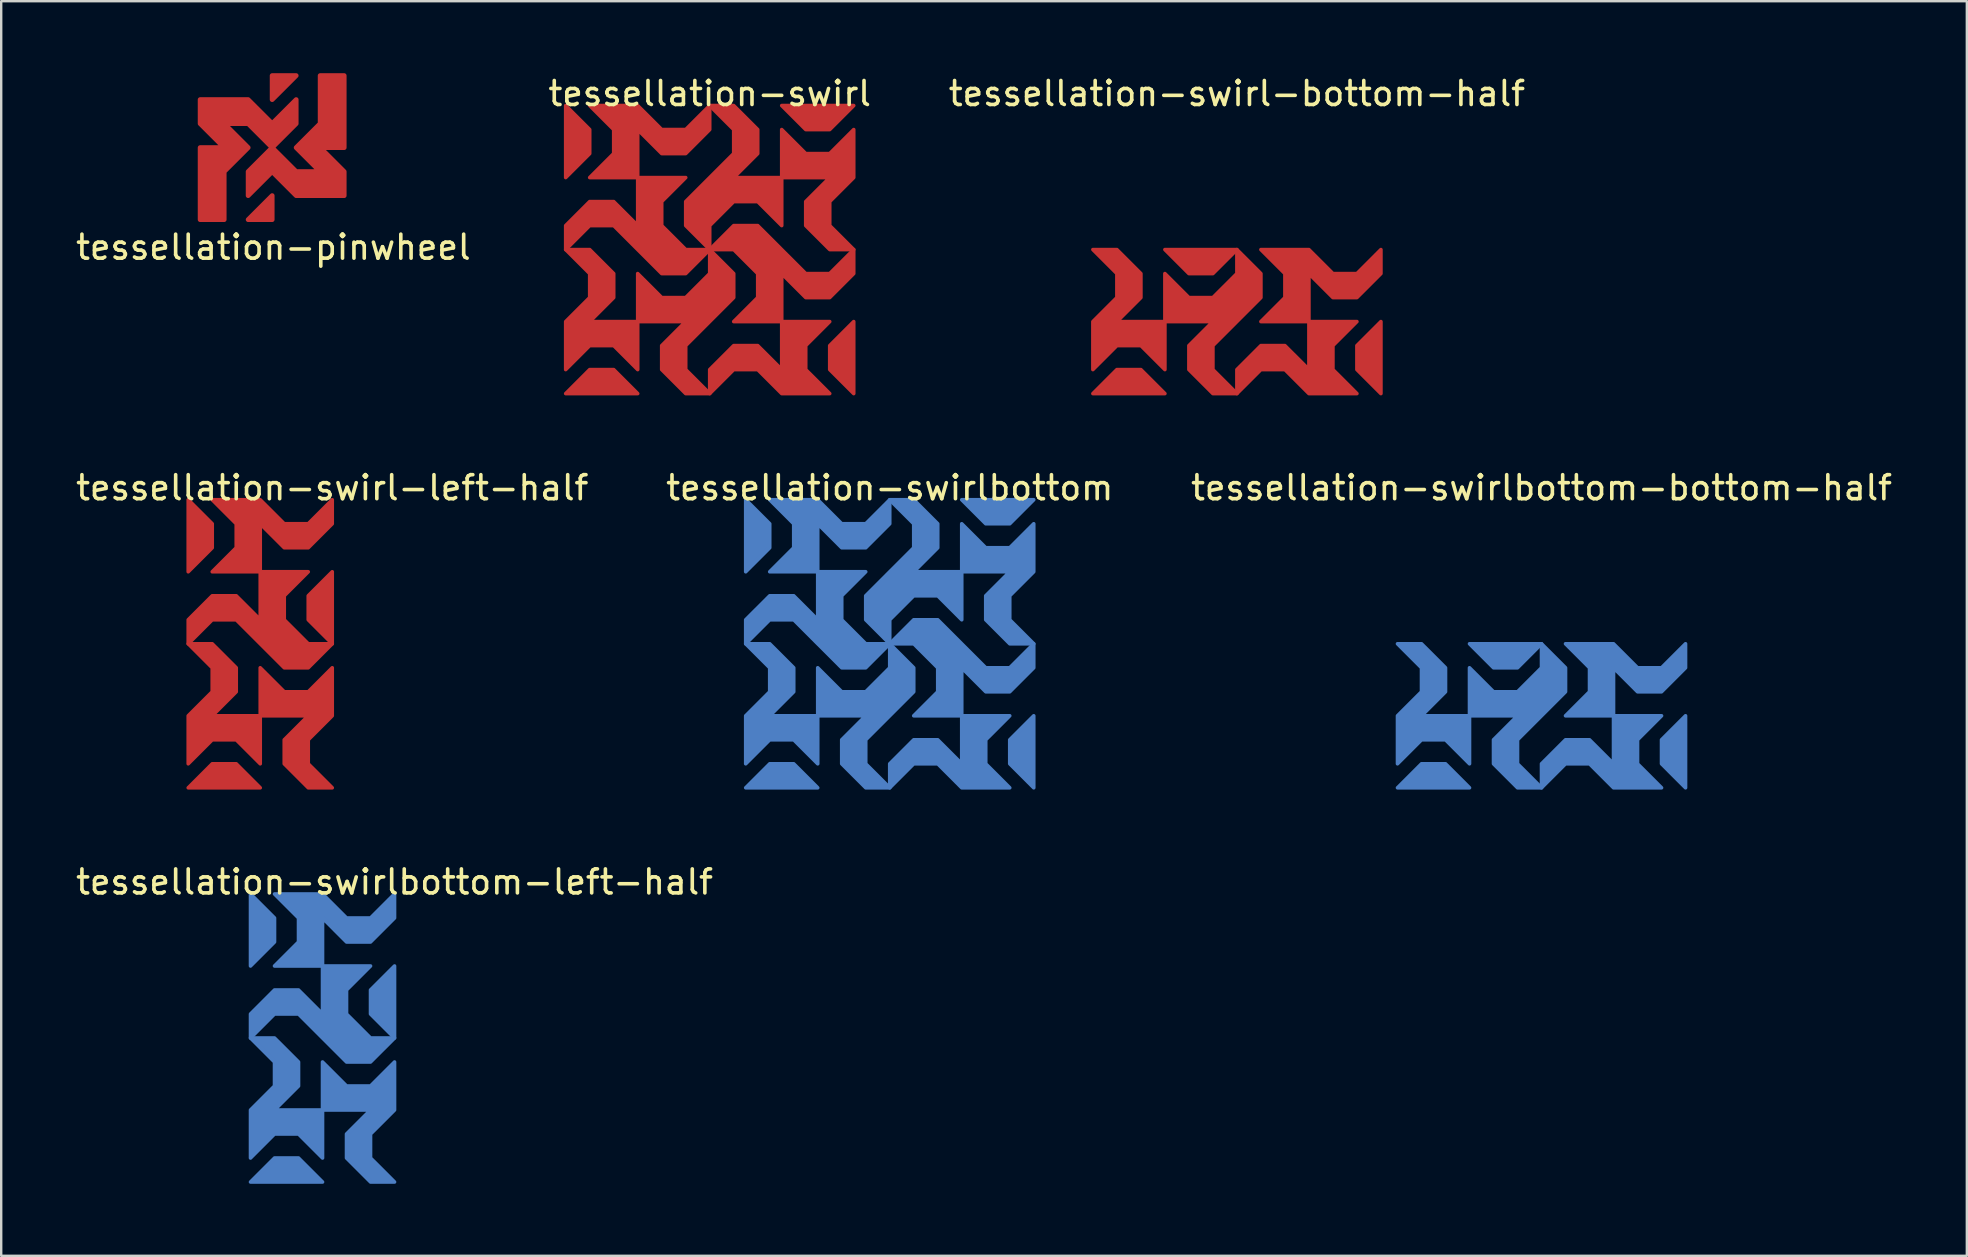
<source format=kicad_pcb>
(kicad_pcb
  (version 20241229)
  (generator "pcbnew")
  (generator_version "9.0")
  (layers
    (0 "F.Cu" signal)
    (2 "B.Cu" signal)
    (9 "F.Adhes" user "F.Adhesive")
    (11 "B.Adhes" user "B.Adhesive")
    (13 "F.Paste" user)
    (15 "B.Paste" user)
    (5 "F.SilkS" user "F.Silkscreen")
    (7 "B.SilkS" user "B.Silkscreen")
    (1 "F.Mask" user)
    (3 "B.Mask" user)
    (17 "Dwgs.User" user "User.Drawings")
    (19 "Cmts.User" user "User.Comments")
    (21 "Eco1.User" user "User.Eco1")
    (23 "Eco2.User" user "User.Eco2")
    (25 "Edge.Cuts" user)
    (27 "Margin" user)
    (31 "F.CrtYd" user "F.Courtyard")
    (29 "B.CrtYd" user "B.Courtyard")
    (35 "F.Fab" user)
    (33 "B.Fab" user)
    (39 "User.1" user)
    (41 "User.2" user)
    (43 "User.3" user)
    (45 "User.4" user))
  (footprint "tessellation-swirlbottom-left-half"
    (layer "F.Cu")
    (at 13.387 40.195)
    (property "Reference" "tessellation-swirlbottom-left-half" (at 0 -6.5 0) (layer "F.SilkS") (effects (font (size 1 1) (thickness 0.15))))
    (attr through_hole)
    (fp_poly (pts (xy -6 -6) (xy -5 -5) (xy -5 -4) (xy -6 -3)) (stroke (width 0.15) (type solid)) (fill yes) (layer "B.Cu"))
    (fp_poly (pts (xy -3 6) (xy -4 5) (xy -5 5) (xy -6 6)) (stroke (width 0.15) (type solid)) (fill yes) (layer "B.Cu"))
    (fp_poly (pts (xy 0 0) (xy -1 -1) (xy -1 -2) (xy 0 -3)) (stroke (width 0.15) (type solid)) (fill yes) (layer "B.Cu"))
    (fp_poly (pts (xy -5 -6) (xy -3 -6) (xy -2 -5) (xy -1 -5) (xy 0 -6) (xy 0 -5) (xy -1 -4) (xy -2 -4) (xy -3 -5) (xy -3 -3) (xy -5 -3) (xy -4 -4) (xy -4 -5)) (stroke (width 0.15) (type solid)) (fill yes) (layer "B.Cu"))
    (fp_poly (pts (xy -3 1) (xy -2 2) (xy -1 2) (xy 0 1) (xy 0 3) (xy -1 4) (xy -1 5) (xy 0 6) (xy -1 6) (xy -2 5) (xy -2 4) (xy -1 3) (xy -3 3)) (stroke (width 0.15) (type solid)) (fill yes) (layer "B.Cu"))
    (fp_poly (pts (xy -3 5) (xy -3 3) (xy -5 3) (xy -4 2) (xy -4 1) (xy -5 0) (xy -6 0) (xy -5 1) (xy -5 2) (xy -6 3) (xy -6 5) (xy -5 4) (xy -4 4)) (stroke (width 0.15) (type solid)) (fill yes) (layer "B.Cu"))
    (fp_poly (pts (xy -3 -3) (xy -1 -3) (xy -2 -2) (xy -2 -1) (xy -1 0) (xy 0 0) (xy -1 1) (xy -2 1) (xy -3 0) (xy -4 -1) (xy -5 -1) (xy -6 0) (xy -6 -1) (xy -5 -2) (xy -4 -2) (xy -3 -1)) (stroke (width 0.15) (type solid)) (fill yes) (layer "B.Cu")))
  (footprint "tessellation-swirlbottom-bottom-half"
    (layer "F.Cu")
    (at 61.173 23.771)
    (property "Reference" "tessellation-swirlbottom-bottom-half" (at 0 -6.5 0) (layer "F.SilkS") (effects (font (size 1 1) (thickness 0.15))))
    (attr through_hole)
    (fp_poly (pts (xy -3 6) (xy -4 5) (xy -5 5) (xy -6 6)) (stroke (width 0.15) (type solid)) (fill yes) (layer "B.Cu"))
    (fp_poly (pts (xy 0 0) (xy -1 1) (xy -2 1) (xy -3 0)) (stroke (width 0.15) (type solid)) (fill yes) (layer "B.Cu"))
    (fp_poly (pts (xy 6 3) (xy 5 4) (xy 5 5) (xy 6 6)) (stroke (width 0.15) (type solid)) (fill yes) (layer "B.Cu"))
    (fp_poly (pts (xy -3 5) (xy -3 3) (xy -5 3) (xy -4 2) (xy -4 1) (xy -5 0) (xy -6 0) (xy -5 1) (xy -5 2) (xy -6 3) (xy -6 5) (xy -5 4) (xy -4 4)) (stroke (width 0.15) (type solid)) (fill yes) (layer "B.Cu"))
    (fp_poly (pts (xy 5 3) (xy 3 3) (xy 3 5) (xy 2 4) (xy 1 4) (xy 0 5) (xy 0 6) (xy 1 5) (xy 2 5) (xy 3 6) (xy 5 6) (xy 4 5) (xy 4 4)) (stroke (width 0.15) (type solid)) (fill yes) (layer "B.Cu"))
    (fp_poly (pts (xy 6 0) (xy 5 1) (xy 4 1) (xy 3 0) (xy 1 0) (xy 2 1) (xy 2 2) (xy 1 3) (xy 3 3) (xy 3 1) (xy 4 2) (xy 5 2) (xy 6 1)) (stroke (width 0.15) (type solid)) (fill yes) (layer "B.Cu"))
    (fp_poly (pts (xy 0 6) (xy -1 5) (xy -1 4) (xy 1 2) (xy 1 1) (xy 0 0) (xy 0 1) (xy -1 2) (xy -2 2) (xy -3 1) (xy -3 3) (xy -1 3) (xy -2 4) (xy -2 5) (xy -1 6)) (stroke (width 0.15) (type solid)) (fill yes) (layer "B.Cu")))
  (footprint "tessellation-swirlbottom"
    (layer "F.Cu")
    (at 34.018 23.771)
    (property "Reference" "tessellation-swirlbottom" (at 0 -6.5 0) (layer "F.SilkS") (effects (font (size 1 1) (thickness 0.15))))
    (attr through_hole)
    (fp_poly (pts (xy -6 -6) (xy -5 -5) (xy -5 -4) (xy -6 -3)) (stroke (width 0.15) (type solid)) (fill yes) (layer "B.Cu"))
    (fp_poly (pts (xy -3 6) (xy -4 5) (xy -5 5) (xy -6 6)) (stroke (width 0.15) (type solid)) (fill yes) (layer "B.Cu"))
    (fp_poly (pts (xy 3 -6) (xy 6 -6) (xy 5 -5) (xy 4 -5)) (stroke (width 0.15) (type solid)) (fill yes) (layer "B.Cu"))
    (fp_poly (pts (xy 6 3) (xy 5 4) (xy 5 5) (xy 6 6)) (stroke (width 0.15) (type solid)) (fill yes) (layer "B.Cu"))
    (fp_poly (pts (xy -5 -6) (xy -3 -6) (xy -2 -5) (xy -1 -5) (xy 0 -6) (xy 0 -5) (xy -1 -4) (xy -2 -4) (xy -3 -5) (xy -3 -3) (xy -5 -3) (xy -4 -4) (xy -4 -5)) (stroke (width 0.15) (type solid)) (fill yes) (layer "B.Cu"))
    (fp_poly (pts (xy -3 5) (xy -3 3) (xy -5 3) (xy -4 2) (xy -4 1) (xy -5 0) (xy -6 0) (xy -5 1) (xy -5 2) (xy -6 3) (xy -6 5) (xy -5 4) (xy -4 4)) (stroke (width 0.15) (type solid)) (fill yes) (layer "B.Cu"))
    (fp_poly (pts (xy 3 -5) (xy 4 -4) (xy 5 -4) (xy 6 -5) (xy 6 -3) (xy 5 -2) (xy 5 -1) (xy 6 0) (xy 5 0) (xy 4 -1) (xy 4 -2) (xy 5 -3) (xy 3 -3)) (stroke (width 0.15) (type solid)) (fill yes) (layer "B.Cu"))
    (fp_poly (pts (xy 5 3) (xy 3 3) (xy 3 5) (xy 2 4) (xy 1 4) (xy 0 5) (xy 0 6) (xy 1 5) (xy 2 5) (xy 3 6) (xy 5 6) (xy 4 5) (xy 4 4)) (stroke (width 0.15) (type solid)) (fill yes) (layer "B.Cu"))
    (fp_poly (pts (xy 0 0) (xy 0 -1) (xy 1 -2) (xy 2 -2) (xy 3 -1) (xy 3 -3) (xy 1 -3) (xy 2 -4) (xy 2 -5) (xy 1 -6) (xy 0 -6) (xy 1 -5) (xy 1 -4) (xy -1 -2) (xy -1 -1)) (stroke (width 0.15) (type solid)) (fill yes) (layer "B.Cu"))
    (fp_poly (pts (xy 0 6) (xy -1 5) (xy -1 4) (xy 1 2) (xy 1 1) (xy 0 0) (xy 0 1) (xy -1 2) (xy -2 2) (xy -3 1) (xy -3 3) (xy -1 3) (xy -2 4) (xy -2 5) (xy -1 6)) (stroke (width 0.15) (type solid)) (fill yes) (layer "B.Cu"))
    (fp_poly (pts (xy 6 0) (xy 5 1) (xy 4 1) (xy 2 -1) (xy 1 -1) (xy 0 0) (xy 1 0) (xy 2 1) (xy 2 2) (xy 1 3) (xy 3 3) (xy 3 1) (xy 4 2) (xy 5 2) (xy 6 1)) (stroke (width 0.15) (type solid)) (fill yes) (layer "B.Cu"))
    (fp_poly (pts (xy -3 -3) (xy -1 -3) (xy -2 -2) (xy -2 -1) (xy -1 0) (xy 0 0) (xy -1 1) (xy -2 1) (xy -3 0) (xy -4 -1) (xy -5 -1) (xy -6 0) (xy -6 -1) (xy -5 -2) (xy -4 -2) (xy -3 -1)) (stroke (width 0.15) (type solid)) (fill yes) (layer "B.Cu")))
  (footprint "tessellation-swirl-bottom-half"
    (layer "F.Cu")
    (at 48.482 7.348)
    (property "Reference" "tessellation-swirl-bottom-half" (at 0 -6.5 0) (layer "F.SilkS") (effects (font (size 1 1) (thickness 0.15))))
    (attr through_hole)
    (fp_poly (pts (xy -3 6) (xy -4 5) (xy -5 5) (xy -6 6)) (stroke (width 0.15) (type solid)) (fill yes) (layer "F.Cu"))
    (fp_poly (pts (xy 0 0) (xy -1 1) (xy -2 1) (xy -3 0)) (stroke (width 0.15) (type solid)) (fill yes) (layer "F.Cu"))
    (fp_poly (pts (xy 6 3) (xy 5 4) (xy 5 5) (xy 6 6)) (stroke (width 0.15) (type solid)) (fill yes) (layer "F.Cu"))
    (fp_poly (pts (xy -3 5) (xy -3 3) (xy -5 3) (xy -4 2) (xy -4 1) (xy -5 0) (xy -6 0) (xy -5 1) (xy -5 2) (xy -6 3) (xy -6 5) (xy -5 4) (xy -4 4)) (stroke (width 0.15) (type solid)) (fill yes) (layer "F.Cu"))
    (fp_poly (pts (xy 5 3) (xy 3 3) (xy 3 5) (xy 2 4) (xy 1 4) (xy 0 5) (xy 0 6) (xy 1 5) (xy 2 5) (xy 3 6) (xy 5 6) (xy 4 5) (xy 4 4)) (stroke (width 0.15) (type solid)) (fill yes) (layer "F.Cu"))
    (fp_poly (pts (xy 6 0) (xy 5 1) (xy 4 1) (xy 3 0) (xy 1 0) (xy 2 1) (xy 2 2) (xy 1 3) (xy 3 3) (xy 3 1) (xy 4 2) (xy 5 2) (xy 6 1)) (stroke (width 0.15) (type solid)) (fill yes) (layer "F.Cu"))
    (fp_poly (pts (xy 0 6) (xy -1 5) (xy -1 4) (xy 1 2) (xy 1 1) (xy 0 0) (xy 0 1) (xy -1 2) (xy -2 2) (xy -3 1) (xy -3 3) (xy -1 3) (xy -2 4) (xy -2 5) (xy -1 6)) (stroke (width 0.15) (type solid)) (fill yes) (layer "F.Cu")))
  (footprint "tessellation-swirl-left-half"
    (layer "F.Cu")
    (at 10.792 23.771)
    (property "Reference" "tessellation-swirl-left-half" (at 0 -6.5 0) (layer "F.SilkS") (effects (font (size 1 1) (thickness 0.15))))
    (attr through_hole)
    (fp_poly (pts (xy -6 -6) (xy -5 -5) (xy -5 -4) (xy -6 -3)) (stroke (width 0.15) (type solid)) (fill yes) (layer "F.Cu"))
    (fp_poly (pts (xy -3 6) (xy -4 5) (xy -5 5) (xy -6 6)) (stroke (width 0.15) (type solid)) (fill yes) (layer "F.Cu"))
    (fp_poly (pts (xy 0 0) (xy -1 -1) (xy -1 -2) (xy 0 -3)) (stroke (width 0.15) (type solid)) (fill yes) (layer "F.Cu"))
    (fp_poly (pts (xy -5 -6) (xy -3 -6) (xy -2 -5) (xy -1 -5) (xy 0 -6) (xy 0 -5) (xy -1 -4) (xy -2 -4) (xy -3 -5) (xy -3 -3) (xy -5 -3) (xy -4 -4) (xy -4 -5)) (stroke (width 0.15) (type solid)) (fill yes) (layer "F.Cu"))
    (fp_poly (pts (xy -3 1) (xy -2 2) (xy -1 2) (xy 0 1) (xy 0 3) (xy -1 4) (xy -1 5) (xy 0 6) (xy -1 6) (xy -2 5) (xy -2 4) (xy -1 3) (xy -3 3)) (stroke (width 0.15) (type solid)) (fill yes) (layer "F.Cu"))
    (fp_poly (pts (xy -3 5) (xy -3 3) (xy -5 3) (xy -4 2) (xy -4 1) (xy -5 0) (xy -6 0) (xy -5 1) (xy -5 2) (xy -6 3) (xy -6 5) (xy -5 4) (xy -4 4)) (stroke (width 0.15) (type solid)) (fill yes) (layer "F.Cu"))
    (fp_poly (pts (xy -3 -3) (xy -1 -3) (xy -2 -2) (xy -2 -1) (xy -1 0) (xy 0 0) (xy -1 1) (xy -2 1) (xy -3 0) (xy -4 -1) (xy -5 -1) (xy -6 0) (xy -6 -1) (xy -5 -2) (xy -4 -2) (xy -3 -1)) (stroke (width 0.15) (type solid)) (fill yes) (layer "F.Cu")))
  (footprint "tessellation-pinwheel"
    (layer "F.Cu")
    (at 5.289 6.1)
    (property "Reference" "tessellation-pinwheel" (at 3.05 1.15 0) (layer "F.SilkS") (effects (font (size 1 1) (thickness 0.15))))
    (attr through_hole)
    (fp_poly (pts (xy 3 -5) (xy 3 -6) (xy 4 -6)) (stroke (width 0.2) (type solid)) (fill yes) (layer "F.Cu"))
    (fp_poly (pts (xy 3 -1) (xy 3 0) (xy 2 0)) (stroke (width 0.2) (type solid)) (fill yes) (layer "F.Cu"))
    (fp_poly (pts (xy 1 0) (xy 0 0) (xy 0 -3) (xy 1 -3) (xy 0 -4) (xy 0 -5) (xy 2 -5) (xy 3 -4) (xy 4 -5) (xy 4 -4) (xy 3 -3) (xy 2 -4) (xy 1 -4) (xy 2 -3) (xy 1 -2)) (stroke (width 0.2) (type solid)) (fill yes) (layer "F.Cu"))
    (fp_poly (pts (xy 5 -6) (xy 6 -6) (xy 6 -3) (xy 5 -3) (xy 6 -2) (xy 6 -1) (xy 4 -1) (xy 3 -2) (xy 2 -1) (xy 2 -2) (xy 3 -3) (xy 4 -2) (xy 5 -2) (xy 4 -3) (xy 5 -4)) (stroke (width 0.2) (type solid)) (fill yes) (layer "F.Cu")))
  (footprint "tessellation-swirl"
    (layer "F.Cu")
    (at 26.518 7.348)
    (property "Reference" "tessellation-swirl" (at 0 -6.5 0) (layer "F.SilkS") (effects (font (size 1 1) (thickness 0.15))))
    (attr through_hole)
    (fp_poly (pts (xy -6 -6) (xy -5 -5) (xy -5 -4) (xy -6 -3)) (stroke (width 0.15) (type solid)) (fill yes) (layer "F.Cu"))
    (fp_poly (pts (xy -3 6) (xy -4 5) (xy -5 5) (xy -6 6)) (stroke (width 0.15) (type solid)) (fill yes) (layer "F.Cu"))
    (fp_poly (pts (xy 3 -6) (xy 6 -6) (xy 5 -5) (xy 4 -5)) (stroke (width 0.15) (type solid)) (fill yes) (layer "F.Cu"))
    (fp_poly (pts (xy 6 3) (xy 5 4) (xy 5 5) (xy 6 6)) (stroke (width 0.15) (type solid)) (fill yes) (layer "F.Cu"))
    (fp_poly (pts (xy -5 -6) (xy -3 -6) (xy -2 -5) (xy -1 -5) (xy 0 -6) (xy 0 -5) (xy -1 -4) (xy -2 -4) (xy -3 -5) (xy -3 -3) (xy -5 -3) (xy -4 -4) (xy -4 -5)) (stroke (width 0.15) (type solid)) (fill yes) (layer "F.Cu"))
    (fp_poly (pts (xy -3 5) (xy -3 3) (xy -5 3) (xy -4 2) (xy -4 1) (xy -5 0) (xy -6 0) (xy -5 1) (xy -5 2) (xy -6 3) (xy -6 5) (xy -5 4) (xy -4 4)) (stroke (width 0.15) (type solid)) (fill yes) (layer "F.Cu"))
    (fp_poly (pts (xy 3 -5) (xy 4 -4) (xy 5 -4) (xy 6 -5) (xy 6 -3) (xy 5 -2) (xy 5 -1) (xy 6 0) (xy 5 0) (xy 4 -1) (xy 4 -2) (xy 5 -3) (xy 3 -3)) (stroke (width 0.15) (type solid)) (fill yes) (layer "F.Cu"))
    (fp_poly (pts (xy 5 3) (xy 3 3) (xy 3 5) (xy 2 4) (xy 1 4) (xy 0 5) (xy 0 6) (xy 1 5) (xy 2 5) (xy 3 6) (xy 5 6) (xy 4 5) (xy 4 4)) (stroke (width 0.15) (type solid)) (fill yes) (layer "F.Cu"))
    (fp_poly (pts (xy 0 0) (xy 0 -1) (xy 1 -2) (xy 2 -2) (xy 3 -1) (xy 3 -3) (xy 1 -3) (xy 2 -4) (xy 2 -5) (xy 1 -6) (xy 0 -6) (xy 1 -5) (xy 1 -4) (xy -1 -2) (xy -1 -1)) (stroke (width 0.15) (type solid)) (fill yes) (layer "F.Cu"))
    (fp_poly (pts (xy 0 6) (xy -1 5) (xy -1 4) (xy 1 2) (xy 1 1) (xy 0 0) (xy 0 1) (xy -1 2) (xy -2 2) (xy -3 1) (xy -3 3) (xy -1 3) (xy -2 4) (xy -2 5) (xy -1 6)) (stroke (width 0.15) (type solid)) (fill yes) (layer "F.Cu"))
    (fp_poly (pts (xy 6 0) (xy 5 1) (xy 4 1) (xy 2 -1) (xy 1 -1) (xy 0 0) (xy 1 0) (xy 2 1) (xy 2 2) (xy 1 3) (xy 3 3) (xy 3 1) (xy 4 2) (xy 5 2) (xy 6 1)) (stroke (width 0.15) (type solid)) (fill yes) (layer "F.Cu"))
    (fp_poly (pts (xy -3 -3) (xy -1 -3) (xy -2 -2) (xy -2 -1) (xy -1 0) (xy 0 0) (xy -1 1) (xy -2 1) (xy -3 0) (xy -4 -1) (xy -5 -1) (xy -6 0) (xy -6 -1) (xy -5 -2) (xy -4 -2) (xy -3 -1)) (stroke (width 0.15) (type solid)) (fill yes) (layer "F.Cu")))
  (gr_rect
    (start -3 -3)
    (end 78.893 49.27)
    (stroke (width 0.1) (type default))
    (fill no)
    (layer "Edge.Cuts")))
</source>
